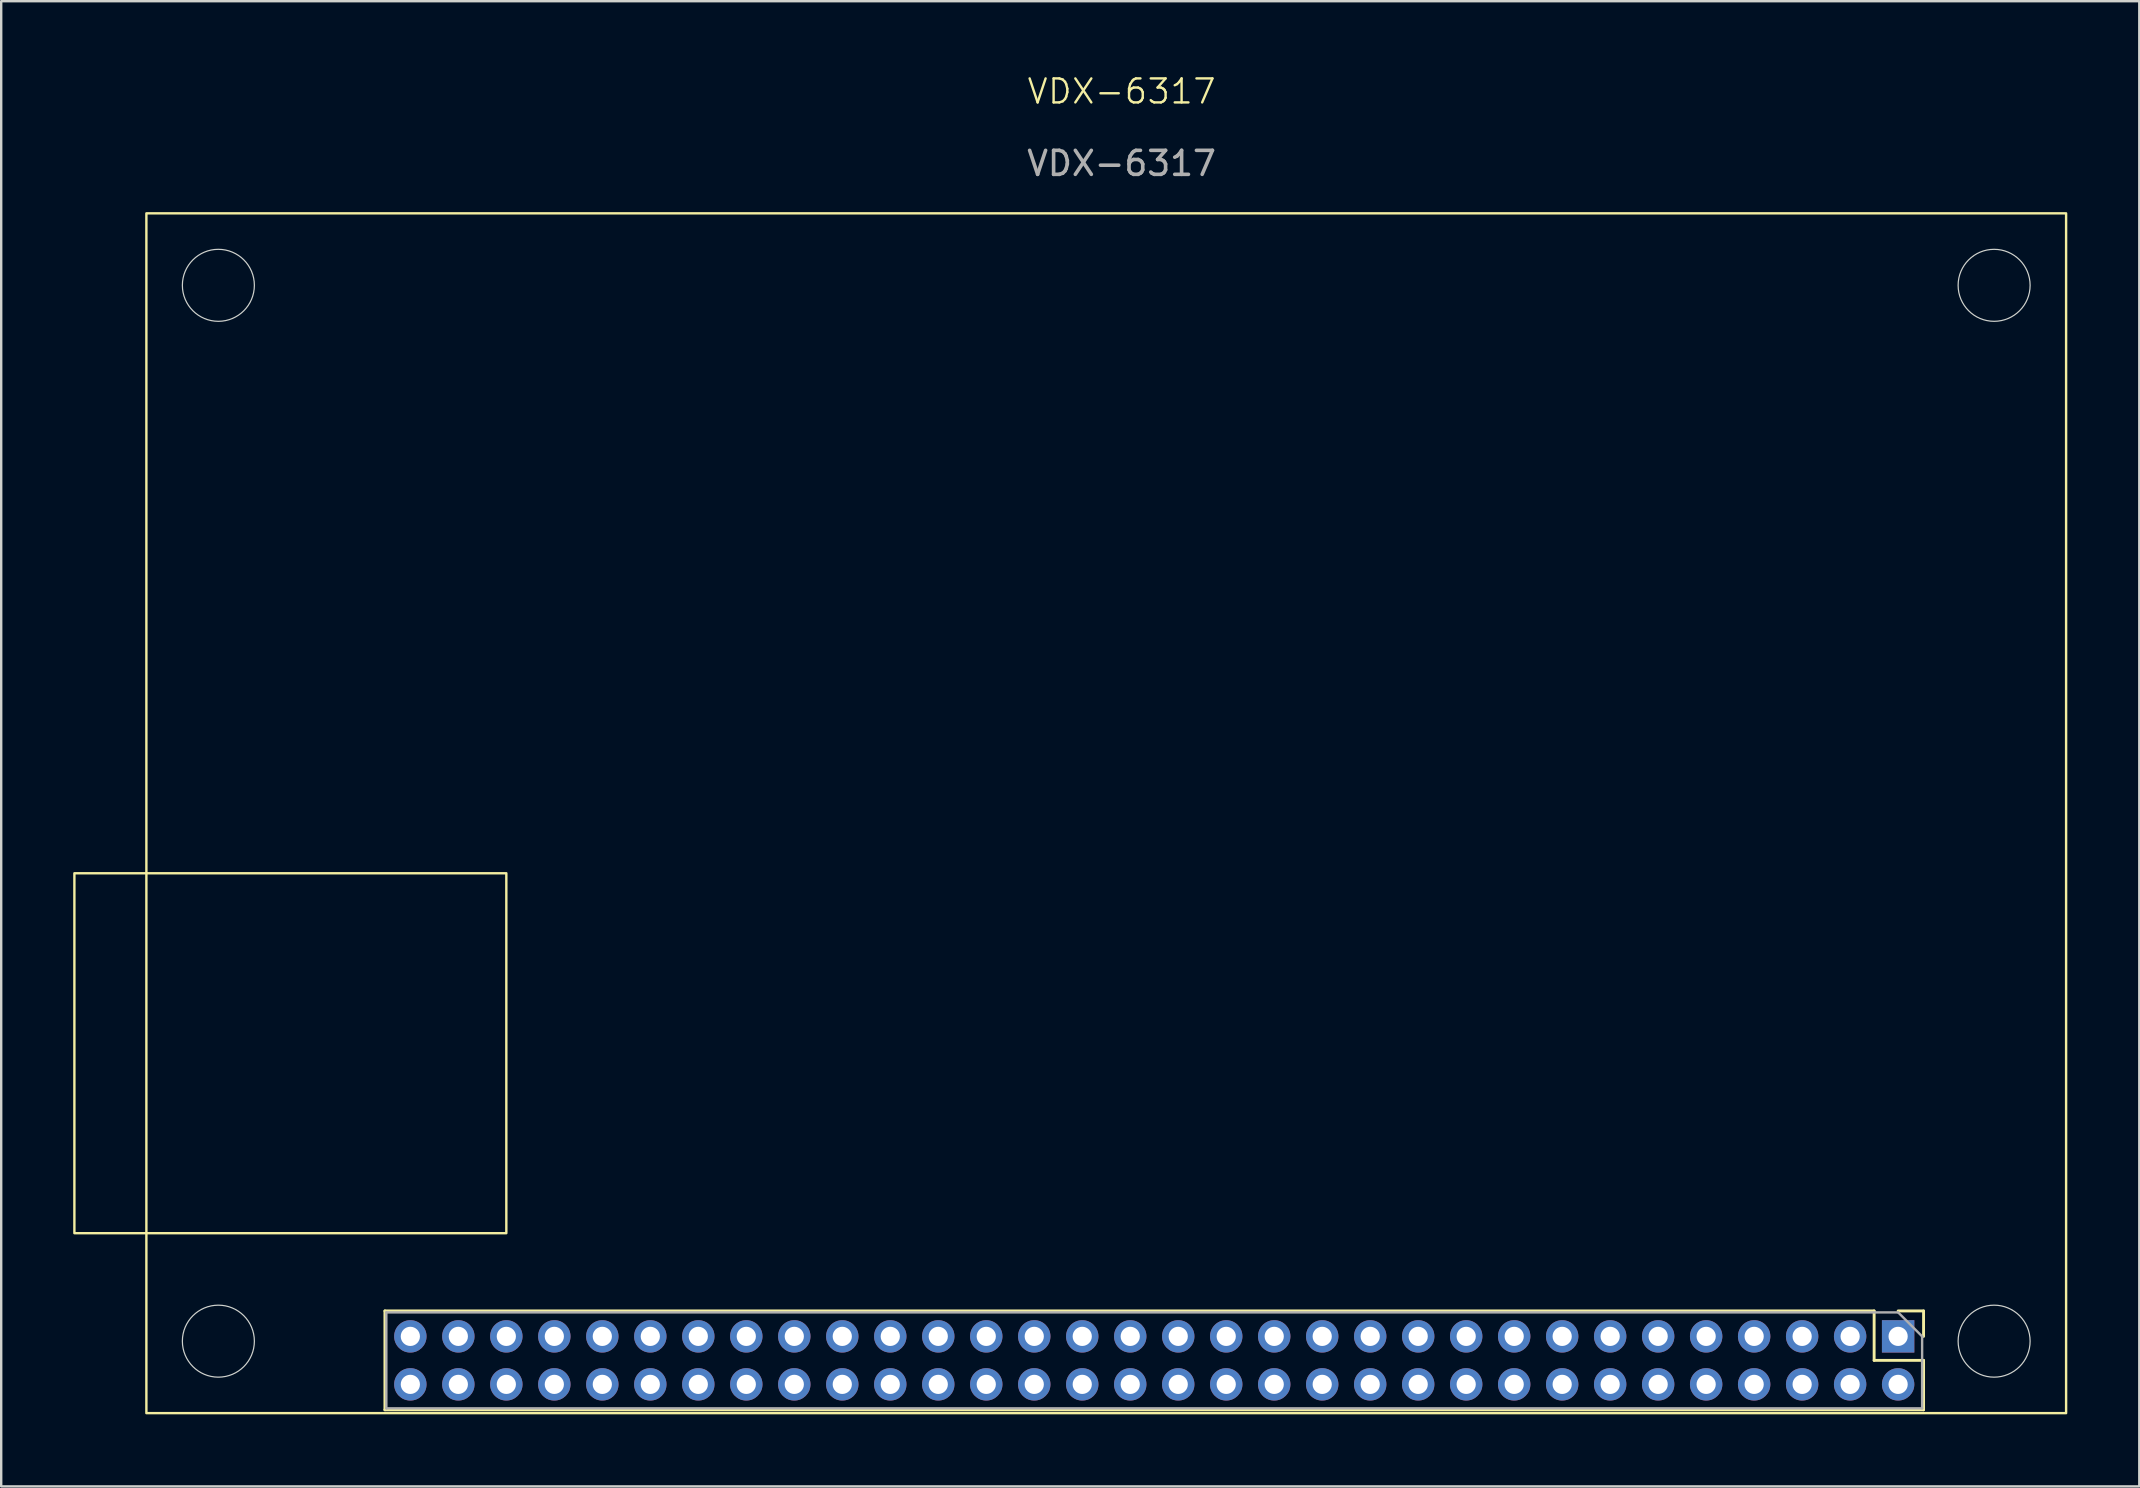
<source format=kicad_pcb>
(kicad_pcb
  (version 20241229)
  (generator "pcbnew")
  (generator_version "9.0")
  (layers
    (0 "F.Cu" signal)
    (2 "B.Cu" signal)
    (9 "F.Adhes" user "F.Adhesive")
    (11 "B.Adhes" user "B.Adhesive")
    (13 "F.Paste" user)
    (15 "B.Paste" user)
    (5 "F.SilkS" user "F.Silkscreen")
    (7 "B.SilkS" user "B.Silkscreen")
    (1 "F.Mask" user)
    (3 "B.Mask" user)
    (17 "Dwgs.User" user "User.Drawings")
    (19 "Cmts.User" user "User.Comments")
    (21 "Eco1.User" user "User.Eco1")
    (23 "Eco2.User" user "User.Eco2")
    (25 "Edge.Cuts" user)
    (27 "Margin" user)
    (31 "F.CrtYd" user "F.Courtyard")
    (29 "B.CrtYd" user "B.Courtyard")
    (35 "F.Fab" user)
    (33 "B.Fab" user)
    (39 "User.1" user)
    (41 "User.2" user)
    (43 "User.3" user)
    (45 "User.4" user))
  (footprint "VDX-6317"
    (layer "F.Cu")
    (at 3.05 5.84)
    (property "Reference" "VDX-6317" (at 40.64 -5.08 0) (unlocked yes) (layer "F.SilkS") (effects (font (size 1 1) (thickness 0.1))))
    (attr through_hole)
    (fp_line (start 9.94 45.74) (end 9.94 49.86) (stroke (width 0.12) (type solid)) (layer "F.SilkS"))
    (fp_line (start 72 45.74) (end 9.94 45.74) (stroke (width 0.12) (type solid)) (layer "F.SilkS"))
    (fp_line (start 72 45.74) (end 72 47.8) (stroke (width 0.12) (type solid)) (layer "F.SilkS"))
    (fp_line (start 72 47.8) (end 74.06 47.8) (stroke (width 0.12) (type solid)) (layer "F.SilkS"))
    (fp_line (start 73 45.74) (end 74.06 45.74) (stroke (width 0.12) (type solid)) (layer "F.SilkS"))
    (fp_line (start 74.06 45.74) (end 74.06 46.8) (stroke (width 0.12) (type solid)) (layer "F.SilkS"))
    (fp_line (start 74.06 47.8) (end 74.06 49.86) (stroke (width 0.12) (type solid)) (layer "F.SilkS"))
    (fp_line (start 74.06 49.86) (end 9.94 49.86) (stroke (width 0.12) (type solid)) (layer "F.SilkS"))
    (fp_rect (start -3 42.5) (end 15 27.5) (stroke (width 0.1) (type default)) (fill no) (layer "F.SilkS"))
    (fp_rect (start 0 0) (end 80 50) (stroke (width 0.1) (type default)) (fill no) (layer "F.SilkS"))
    (fp_circle (center 3 3) (end 4.5 3) (stroke (width 0.05) (type default)) (fill no) (layer "Edge.Cuts"))
    (fp_circle (center 3 47) (end 4.5 47) (stroke (width 0.05) (type default)) (fill no) (layer "Edge.Cuts"))
    (fp_circle (center 77 3) (end 78.5 3) (stroke (width 0.05) (type default)) (fill no) (layer "Edge.Cuts"))
    (fp_circle (center 77 47) (end 78.5 47) (stroke (width 0.05) (type default)) (fill no) (layer "Edge.Cuts"))
    (fp_line (start 10 45.8) (end 73 45.8) (stroke (width 0.1) (type solid)) (layer "F.Fab"))
    (fp_line (start 10 49.8) (end 10 45.8) (stroke (width 0.1) (type solid)) (layer "F.Fab"))
    (fp_line (start 73 45.8) (end 74 46.8) (stroke (width 0.1) (type solid)) (layer "F.Fab"))
    (fp_line (start 74 46.8) (end 74 49.8) (stroke (width 0.1) (type solid)) (layer "F.Fab"))
    (fp_line (start 74 49.8) (end 10 49.8) (stroke (width 0.1) (type solid)) (layer "F.Fab"))
    (fp_text user "${REFERENCE}" (at 40.64 -2.08 0) (unlocked yes) (layer "F.Fab") (effects (font (size 1 1) (thickness 0.15))))
    (pad "1" thru_hole rect (at 73 46.8 270) (size 1.35 1.35) (drill 0.8) (layers "*.Cu" "*.Mask"))
    (pad "2" thru_hole oval (at 73 48.8 270) (size 1.35 1.35) (drill 0.8) (layers "*.Cu" "*.Mask"))
    (pad "3" thru_hole oval (at 71 46.8 270) (size 1.35 1.35) (drill 0.8) (layers "*.Cu" "*.Mask"))
    (pad "4" thru_hole oval (at 71 48.8 270) (size 1.35 1.35) (drill 0.8) (layers "*.Cu" "*.Mask"))
    (pad "5" thru_hole oval (at 69 46.8 270) (size 1.35 1.35) (drill 0.8) (layers "*.Cu" "*.Mask"))
    (pad "6" thru_hole oval (at 69 48.8 270) (size 1.35 1.35) (drill 0.8) (layers "*.Cu" "*.Mask"))
    (pad "7" thru_hole oval (at 67 46.8 270) (size 1.35 1.35) (drill 0.8) (layers "*.Cu" "*.Mask"))
    (pad "8" thru_hole oval (at 67 48.8 270) (size 1.35 1.35) (drill 0.8) (layers "*.Cu" "*.Mask"))
    (pad "9" thru_hole oval (at 65 46.8 270) (size 1.35 1.35) (drill 0.8) (layers "*.Cu" "*.Mask"))
    (pad "10" thru_hole oval (at 65 48.8 270) (size 1.35 1.35) (drill 0.8) (layers "*.Cu" "*.Mask"))
    (pad "11" thru_hole oval (at 63 46.8 270) (size 1.35 1.35) (drill 0.8) (layers "*.Cu" "*.Mask"))
    (pad "12" thru_hole oval (at 63 48.8 270) (size 1.35 1.35) (drill 0.8) (layers "*.Cu" "*.Mask"))
    (pad "13" thru_hole oval (at 61 46.8 270) (size 1.35 1.35) (drill 0.8) (layers "*.Cu" "*.Mask"))
    (pad "14" thru_hole oval (at 61 48.8 270) (size 1.35 1.35) (drill 0.8) (layers "*.Cu" "*.Mask"))
    (pad "15" thru_hole oval (at 59 46.8 270) (size 1.35 1.35) (drill 0.8) (layers "*.Cu" "*.Mask"))
    (pad "16" thru_hole oval (at 59 48.8 270) (size 1.35 1.35) (drill 0.8) (layers "*.Cu" "*.Mask"))
    (pad "17" thru_hole oval (at 57 46.8 270) (size 1.35 1.35) (drill 0.8) (layers "*.Cu" "*.Mask"))
    (pad "18" thru_hole oval (at 57 48.8 270) (size 1.35 1.35) (drill 0.8) (layers "*.Cu" "*.Mask"))
    (pad "19" thru_hole oval (at 55 46.8 270) (size 1.35 1.35) (drill 0.8) (layers "*.Cu" "*.Mask"))
    (pad "20" thru_hole oval (at 55 48.8 270) (size 1.35 1.35) (drill 0.8) (layers "*.Cu" "*.Mask"))
    (pad "21" thru_hole oval (at 53 46.8 270) (size 1.35 1.35) (drill 0.8) (layers "*.Cu" "*.Mask"))
    (pad "22" thru_hole oval (at 53 48.8 270) (size 1.35 1.35) (drill 0.8) (layers "*.Cu" "*.Mask"))
    (pad "23" thru_hole oval (at 51 46.8 270) (size 1.35 1.35) (drill 0.8) (layers "*.Cu" "*.Mask"))
    (pad "24" thru_hole oval (at 51 48.8 270) (size 1.35 1.35) (drill 0.8) (layers "*.Cu" "*.Mask"))
    (pad "25" thru_hole oval (at 49 46.8 270) (size 1.35 1.35) (drill 0.8) (layers "*.Cu" "*.Mask"))
    (pad "26" thru_hole oval (at 49 48.8 270) (size 1.35 1.35) (drill 0.8) (layers "*.Cu" "*.Mask"))
    (pad "27" thru_hole oval (at 47 46.8 270) (size 1.35 1.35) (drill 0.8) (layers "*.Cu" "*.Mask"))
    (pad "28" thru_hole oval (at 47 48.8 270) (size 1.35 1.35) (drill 0.8) (layers "*.Cu" "*.Mask"))
    (pad "29" thru_hole oval (at 45 46.8 270) (size 1.35 1.35) (drill 0.8) (layers "*.Cu" "*.Mask"))
    (pad "30" thru_hole oval (at 45 48.8 270) (size 1.35 1.35) (drill 0.8) (layers "*.Cu" "*.Mask"))
    (pad "31" thru_hole oval (at 43 46.8 270) (size 1.35 1.35) (drill 0.8) (layers "*.Cu" "*.Mask"))
    (pad "32" thru_hole oval (at 43 48.8 270) (size 1.35 1.35) (drill 0.8) (layers "*.Cu" "*.Mask"))
    (pad "33" thru_hole oval (at 41 46.8 270) (size 1.35 1.35) (drill 0.8) (layers "*.Cu" "*.Mask"))
    (pad "34" thru_hole oval (at 41 48.8 270) (size 1.35 1.35) (drill 0.8) (layers "*.Cu" "*.Mask"))
    (pad "35" thru_hole oval (at 39 46.8 270) (size 1.35 1.35) (drill 0.8) (layers "*.Cu" "*.Mask"))
    (pad "36" thru_hole oval (at 39 48.8 270) (size 1.35 1.35) (drill 0.8) (layers "*.Cu" "*.Mask"))
    (pad "37" thru_hole oval (at 37 46.8 270) (size 1.35 1.35) (drill 0.8) (layers "*.Cu" "*.Mask"))
    (pad "38" thru_hole oval (at 37 48.8 270) (size 1.35 1.35) (drill 0.8) (layers "*.Cu" "*.Mask"))
    (pad "39" thru_hole oval (at 35 46.8 270) (size 1.35 1.35) (drill 0.8) (layers "*.Cu" "*.Mask"))
    (pad "40" thru_hole oval (at 35 48.8 270) (size 1.35 1.35) (drill 0.8) (layers "*.Cu" "*.Mask"))
    (pad "41" thru_hole oval (at 33 46.8 270) (size 1.35 1.35) (drill 0.8) (layers "*.Cu" "*.Mask"))
    (pad "42" thru_hole oval (at 33 48.8 270) (size 1.35 1.35) (drill 0.8) (layers "*.Cu" "*.Mask"))
    (pad "43" thru_hole oval (at 31 46.8 270) (size 1.35 1.35) (drill 0.8) (layers "*.Cu" "*.Mask"))
    (pad "44" thru_hole oval (at 31 48.8 270) (size 1.35 1.35) (drill 0.8) (layers "*.Cu" "*.Mask"))
    (pad "45" thru_hole oval (at 29 46.8 270) (size 1.35 1.35) (drill 0.8) (layers "*.Cu" "*.Mask"))
    (pad "46" thru_hole oval (at 29 48.8 270) (size 1.35 1.35) (drill 0.8) (layers "*.Cu" "*.Mask"))
    (pad "47" thru_hole oval (at 27 46.8 270) (size 1.35 1.35) (drill 0.8) (layers "*.Cu" "*.Mask"))
    (pad "48" thru_hole oval (at 27 48.8 270) (size 1.35 1.35) (drill 0.8) (layers "*.Cu" "*.Mask"))
    (pad "49" thru_hole oval (at 25 46.8 270) (size 1.35 1.35) (drill 0.8) (layers "*.Cu" "*.Mask"))
    (pad "50" thru_hole oval (at 25 48.8 270) (size 1.35 1.35) (drill 0.8) (layers "*.Cu" "*.Mask"))
    (pad "51" thru_hole oval (at 23 46.8 270) (size 1.35 1.35) (drill 0.8) (layers "*.Cu" "*.Mask"))
    (pad "52" thru_hole oval (at 23 48.8 270) (size 1.35 1.35) (drill 0.8) (layers "*.Cu" "*.Mask"))
    (pad "53" thru_hole oval (at 21 46.8 270) (size 1.35 1.35) (drill 0.8) (layers "*.Cu" "*.Mask"))
    (pad "54" thru_hole oval (at 21 48.8 270) (size 1.35 1.35) (drill 0.8) (layers "*.Cu" "*.Mask"))
    (pad "55" thru_hole oval (at 19 46.8 270) (size 1.35 1.35) (drill 0.8) (layers "*.Cu" "*.Mask"))
    (pad "56" thru_hole oval (at 19 48.8 270) (size 1.35 1.35) (drill 0.8) (layers "*.Cu" "*.Mask"))
    (pad "57" thru_hole oval (at 17 46.8 270) (size 1.35 1.35) (drill 0.8) (layers "*.Cu" "*.Mask"))
    (pad "58" thru_hole oval (at 17 48.8 270) (size 1.35 1.35) (drill 0.8) (layers "*.Cu" "*.Mask"))
    (pad "59" thru_hole oval (at 15 46.8 270) (size 1.35 1.35) (drill 0.8) (layers "*.Cu" "*.Mask"))
    (pad "60" thru_hole oval (at 15 48.8 270) (size 1.35 1.35) (drill 0.8) (layers "*.Cu" "*.Mask"))
    (pad "61" thru_hole oval (at 13 46.8 270) (size 1.35 1.35) (drill 0.8) (layers "*.Cu" "*.Mask"))
    (pad "62" thru_hole oval (at 13 48.8 270) (size 1.35 1.35) (drill 0.8) (layers "*.Cu" "*.Mask"))
    (pad "63" thru_hole oval (at 11 46.8 270) (size 1.35 1.35) (drill 0.8) (layers "*.Cu" "*.Mask"))
    (pad "64" thru_hole oval (at 11 48.8 270) (size 1.35 1.35) (drill 0.8) (layers "*.Cu" "*.Mask")))
  (gr_rect
    (start -3 -3)
    (end 86.1 58.891)
    (stroke (width 0.1) (type default))
    (fill no)
    (layer "Edge.Cuts")))
</source>
